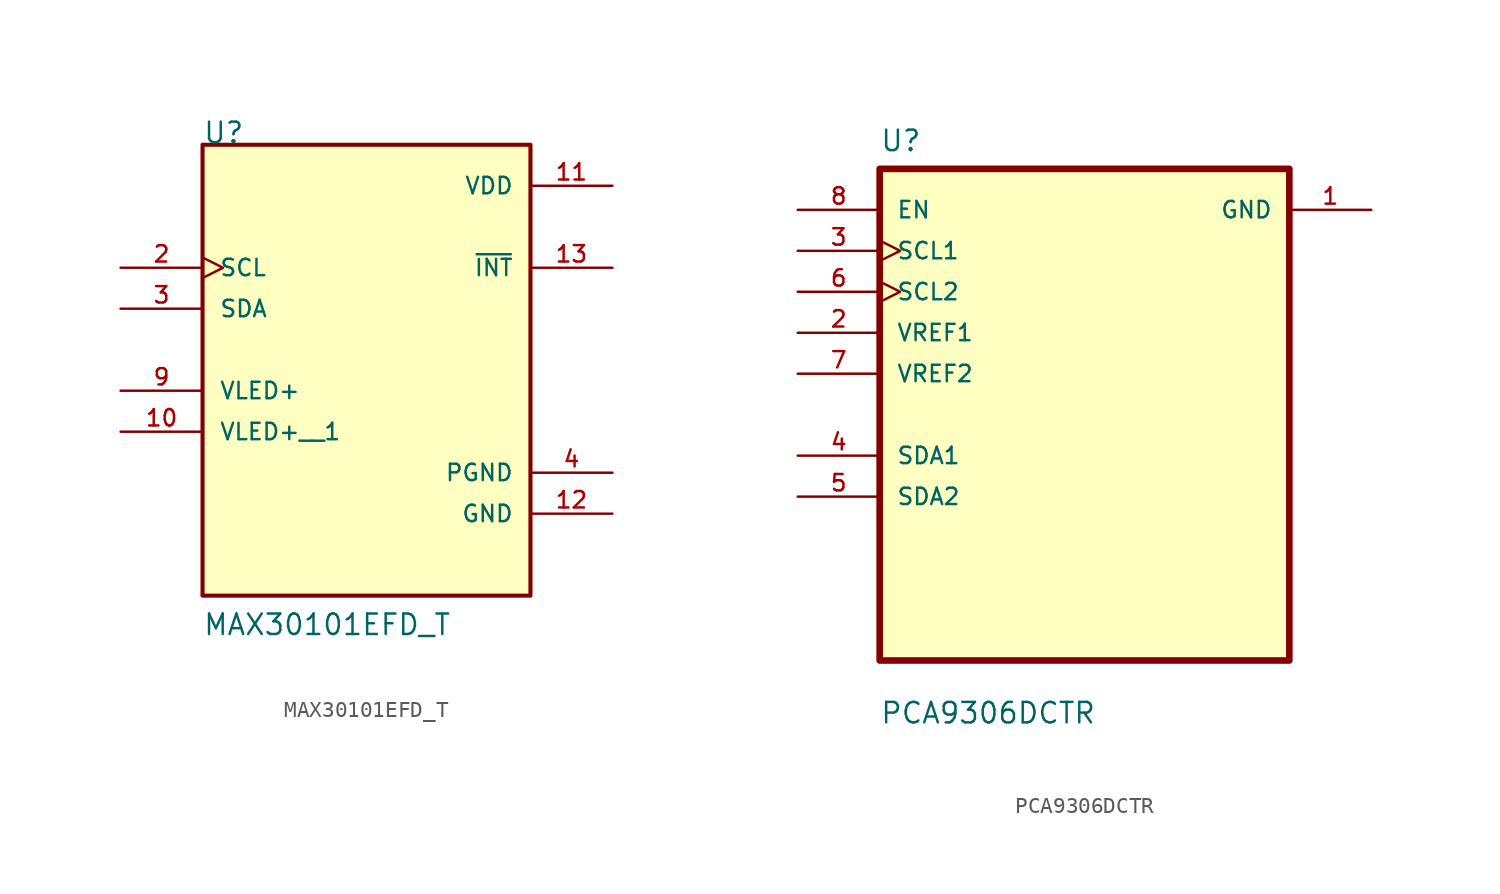
<source format=kicad_sym>
(kicad_symbol_lib
  (version 20231120)
  (generator "kicad_symbol_editor")
  (generator_version "8.0")
  (symbol "MAX30101EFD_T"
    (pin_names
      (offset 1.016))
    (property "Reference" "U"
      (at -10.16 12.7 0)
      (effects (font (size 1.27 1.27)) (justify left bottom)))
    (property "Value" "MAX30101EFD_T"
      (at -10.16 -17.78 0)
      (effects (font (size 1.27 1.27)) (justify left bottom)))
    (symbol "MAX30101EFD_T_0_0"
      (rectangle (start -10.16 -15.24) (end 10.16 12.7) (stroke (width 0.254) (type default)) (fill (type background)))
      (pin passive line (at -15.24 -5.08 0) (length 5.08) (name "VLED+__1" (effects (font (size 1.016 1.016)))) (number "10" (effects (font (size 1.016 1.016)))))
      (pin power_in line (at 15.24 10.16 180) (length 5.08) (name "VDD" (effects (font (size 1.016 1.016)))) (number "11" (effects (font (size 1.016 1.016)))))
      (pin power_in line (at 15.24 -10.16 180) (length 5.08) (name "GND" (effects (font (size 1.016 1.016)))) (number "12" (effects (font (size 1.016 1.016)))))
      (pin output line (at 15.24 5.08 180) (length 5.08) (name "~{INT}" (effects (font (size 1.016 1.016)))) (number "13" (effects (font (size 1.016 1.016)))))
      (pin input clock (at -15.24 5.08 0) (length 5.08) (name "SCL" (effects (font (size 1.016 1.016)))) (number "2" (effects (font (size 1.016 1.016)))))
      (pin bidirectional line (at -15.24 2.54 0) (length 5.08) (name "SDA" (effects (font (size 1.016 1.016)))) (number "3" (effects (font (size 1.016 1.016)))))
      (pin power_in line (at 15.24 -7.62 180) (length 5.08) (name "PGND" (effects (font (size 1.016 1.016)))) (number "4" (effects (font (size 1.016 1.016)))))
      (pin passive line (at -15.24 -2.54 0) (length 5.08) (name "VLED+" (effects (font (size 1.016 1.016)))) (number "9" (effects (font (size 1.016 1.016)))))))
  (symbol "PCA9306DCTR"
    (pin_names
      (offset 1.016))
    (property "Reference" "U"
      (at -12.7 16.24 0)
      (effects (font (size 1.27 1.27)) (justify left bottom)))
    (property "Value" "PCA9306DCTR"
      (at -12.7 -19.24 0)
      (effects (font (size 1.27 1.27)) (justify left bottom)))
    (symbol "PCA9306DCTR_0_0"
      (rectangle (start -12.7 -15.24) (end 12.7 15.24) (stroke (width 0.41) (type default)) (fill (type background)))
      (pin power_in line (at 17.78 12.7 180) (length 5.08) (name "GND" (effects (font (size 1.016 1.016)))) (number "1" (effects (font (size 1.016 1.016)))))
      (pin input line (at -17.78 5.08 0) (length 5.08) (name "VREF1" (effects (font (size 1.016 1.016)))) (number "2" (effects (font (size 1.016 1.016)))))
      (pin input clock (at -17.78 10.16 0) (length 5.08) (name "SCL1" (effects (font (size 1.016 1.016)))) (number "3" (effects (font (size 1.016 1.016)))))
      (pin bidirectional line (at -17.78 -2.54 0) (length 5.08) (name "SDA1" (effects (font (size 1.016 1.016)))) (number "4" (effects (font (size 1.016 1.016)))))
      (pin bidirectional line (at -17.78 -5.08 0) (length 5.08) (name "SDA2" (effects (font (size 1.016 1.016)))) (number "5" (effects (font (size 1.016 1.016)))))
      (pin input clock (at -17.78 7.62 0) (length 5.08) (name "SCL2" (effects (font (size 1.016 1.016)))) (number "6" (effects (font (size 1.016 1.016)))))
      (pin input line (at -17.78 2.54 0) (length 5.08) (name "VREF2" (effects (font (size 1.016 1.016)))) (number "7" (effects (font (size 1.016 1.016)))))
      (pin input line (at -17.78 12.7 0) (length 5.08) (name "EN" (effects (font (size 1.016 1.016)))) (number "8" (effects (font (size 1.016 1.016))))))))
</source>
